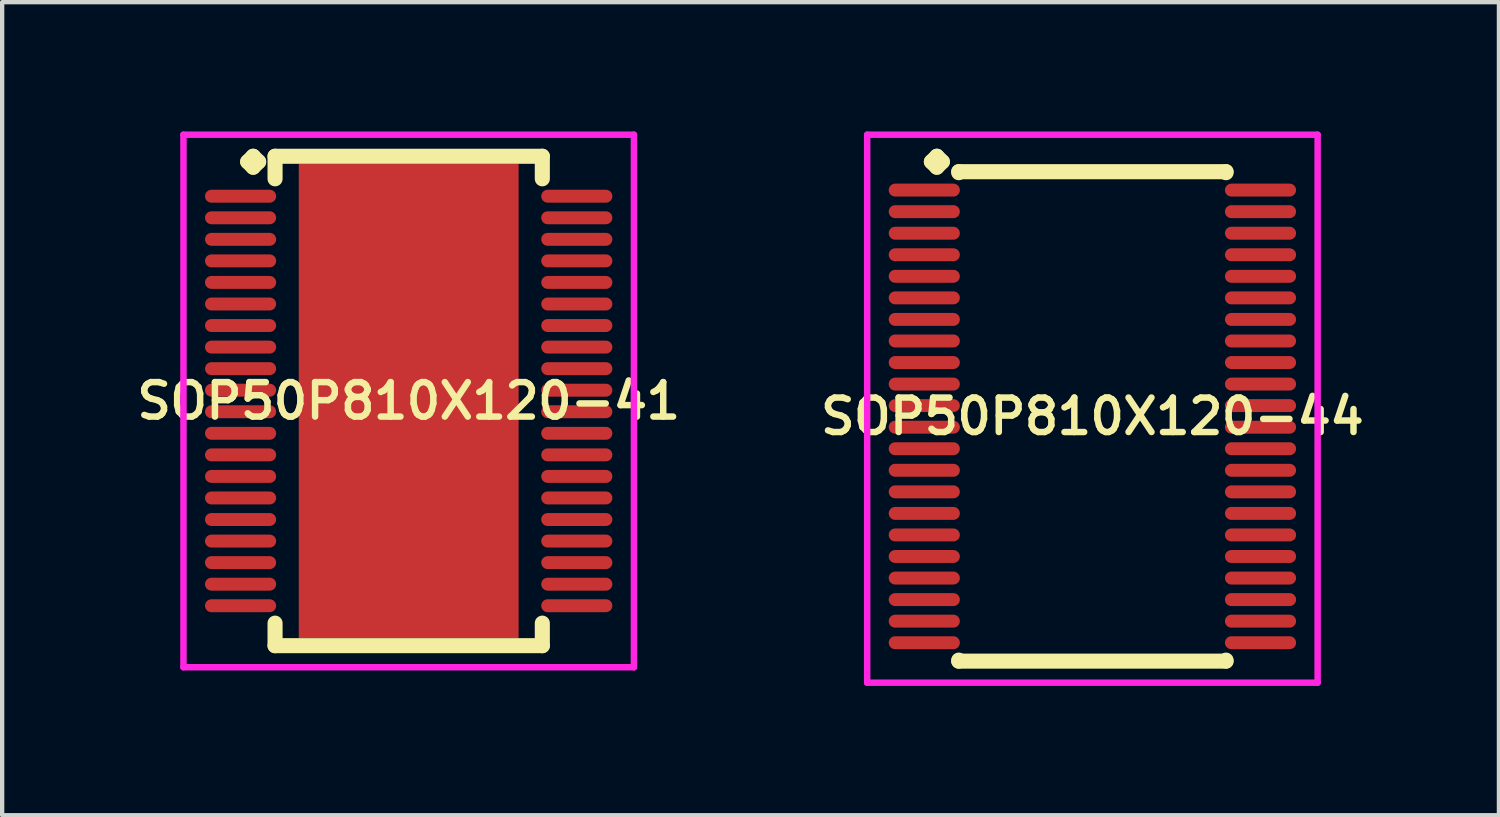
<source format=kicad_pcb>
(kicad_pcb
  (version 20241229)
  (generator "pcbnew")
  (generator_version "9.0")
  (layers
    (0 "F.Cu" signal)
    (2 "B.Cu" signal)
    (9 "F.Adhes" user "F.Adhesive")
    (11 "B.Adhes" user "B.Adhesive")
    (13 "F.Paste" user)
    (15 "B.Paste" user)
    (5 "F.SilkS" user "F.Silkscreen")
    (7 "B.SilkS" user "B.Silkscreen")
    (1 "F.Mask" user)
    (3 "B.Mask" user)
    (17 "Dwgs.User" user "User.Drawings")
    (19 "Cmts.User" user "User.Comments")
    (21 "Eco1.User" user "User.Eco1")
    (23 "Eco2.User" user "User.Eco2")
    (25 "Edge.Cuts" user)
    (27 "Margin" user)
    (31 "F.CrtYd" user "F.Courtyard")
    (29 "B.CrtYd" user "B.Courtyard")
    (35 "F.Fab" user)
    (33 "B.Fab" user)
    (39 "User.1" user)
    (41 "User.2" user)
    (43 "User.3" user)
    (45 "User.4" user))
  (footprint "SOP50P810X120-41"
    (layer "F.Cu")
    (at 6.431 6.252)
    (property "Reference" "SOP50P810X120-41" (at 0 0 0) (layer "F.SilkS") (effects (font (size 0.8 0.8) (thickness 0.15))))
    (attr through_hole)
    (fp_line (start -3.735 -5.55) (end -3.608 -5.677) (stroke (width 0.35) (type solid)) (layer "F.SilkS"))
    (fp_line (start -3.608 -5.677) (end -3.481 -5.55) (stroke (width 0.35) (type solid)) (layer "F.SilkS"))
    (fp_line (start -3.608 -5.423) (end -3.735 -5.55) (stroke (width 0.35) (type solid)) (layer "F.SilkS"))
    (fp_line (start -3.481 -5.55) (end -3.608 -5.423) (stroke (width 0.35) (type solid)) (layer "F.SilkS"))
    (fp_line (start -3.1 -5.677) (end 3.1 -5.677) (stroke (width 0.35) (type solid)) (layer "F.SilkS"))
    (fp_line (start -3.1 -5.154) (end -3.1 -5.677) (stroke (width 0.35) (type solid)) (layer "F.SilkS"))
    (fp_line (start -3.1 5.154) (end -3.1 5.677) (stroke (width 0.35) (type solid)) (layer "F.SilkS"))
    (fp_line (start -3.1 5.677) (end 3.1 5.677) (stroke (width 0.35) (type solid)) (layer "F.SilkS"))
    (fp_line (start 3.1 -5.677) (end 3.1 -5.154) (stroke (width 0.35) (type solid)) (layer "F.SilkS"))
    (fp_line (start 3.1 5.677) (end 3.1 5.154) (stroke (width 0.35) (type solid)) (layer "F.SilkS"))
    (fp_line (start -5.225 -6.177) (end 5.225 -6.177) (stroke (width 0.15) (type solid)) (layer "F.CrtYd"))
    (fp_line (start -5.225 6.177) (end -5.225 -6.177) (stroke (width 0.15) (type solid)) (layer "F.CrtYd"))
    (fp_line (start 5.225 -6.177) (end 5.225 6.177) (stroke (width 0.15) (type solid)) (layer "F.CrtYd"))
    (fp_line (start 5.225 6.177) (end -5.225 6.177) (stroke (width 0.15) (type solid)) (layer "F.CrtYd"))
    (pad "1" smd oval (at -3.9 -4.75) (size 1.65 0.3) (layers "F.Cu" "F.Mask" "F.Paste"))
    (pad "2" smd oval (at -3.9 -4.25) (size 1.65 0.3) (layers "F.Cu" "F.Mask" "F.Paste"))
    (pad "3" smd oval (at -3.9 -3.75) (size 1.65 0.3) (layers "F.Cu" "F.Mask" "F.Paste"))
    (pad "4" smd oval (at -3.9 -3.25) (size 1.65 0.3) (layers "F.Cu" "F.Mask" "F.Paste"))
    (pad "5" smd oval (at -3.9 -2.75) (size 1.65 0.3) (layers "F.Cu" "F.Mask" "F.Paste"))
    (pad "6" smd oval (at -3.9 -2.25) (size 1.65 0.3) (layers "F.Cu" "F.Mask" "F.Paste"))
    (pad "7" smd oval (at -3.9 -1.75) (size 1.65 0.3) (layers "F.Cu" "F.Mask" "F.Paste"))
    (pad "8" smd oval (at -3.9 -1.25) (size 1.65 0.3) (layers "F.Cu" "F.Mask" "F.Paste"))
    (pad "9" smd oval (at -3.9 -0.75) (size 1.65 0.3) (layers "F.Cu" "F.Mask" "F.Paste"))
    (pad "10" smd oval (at -3.9 -0.25) (size 1.65 0.3) (layers "F.Cu" "F.Mask" "F.Paste"))
    (pad "11" smd oval (at -3.9 0.25) (size 1.65 0.3) (layers "F.Cu" "F.Mask" "F.Paste"))
    (pad "12" smd oval (at -3.9 0.75) (size 1.65 0.3) (layers "F.Cu" "F.Mask" "F.Paste"))
    (pad "13" smd oval (at -3.9 1.25) (size 1.65 0.3) (layers "F.Cu" "F.Mask" "F.Paste"))
    (pad "14" smd oval (at -3.9 1.75) (size 1.65 0.3) (layers "F.Cu" "F.Mask" "F.Paste"))
    (pad "15" smd oval (at -3.9 2.25) (size 1.65 0.3) (layers "F.Cu" "F.Mask" "F.Paste"))
    (pad "16" smd oval (at -3.9 2.75) (size 1.65 0.3) (layers "F.Cu" "F.Mask" "F.Paste"))
    (pad "17" smd oval (at -3.9 3.25) (size 1.65 0.3) (layers "F.Cu" "F.Mask" "F.Paste"))
    (pad "18" smd oval (at -3.9 3.75) (size 1.65 0.3) (layers "F.Cu" "F.Mask" "F.Paste"))
    (pad "19" smd oval (at -3.9 4.25) (size 1.65 0.3) (layers "F.Cu" "F.Mask" "F.Paste"))
    (pad "20" smd oval (at -3.9 4.75) (size 1.65 0.3) (layers "F.Cu" "F.Mask" "F.Paste"))
    (pad "21" smd oval (at 3.9 4.75) (size 1.65 0.3) (layers "F.Cu" "F.Mask" "F.Paste"))
    (pad "22" smd oval (at 3.9 4.25) (size 1.65 0.3) (layers "F.Cu" "F.Mask" "F.Paste"))
    (pad "23" smd oval (at 3.9 3.75) (size 1.65 0.3) (layers "F.Cu" "F.Mask" "F.Paste"))
    (pad "24" smd oval (at 3.9 3.25) (size 1.65 0.3) (layers "F.Cu" "F.Mask" "F.Paste"))
    (pad "25" smd oval (at 3.9 2.75) (size 1.65 0.3) (layers "F.Cu" "F.Mask" "F.Paste"))
    (pad "26" smd oval (at 3.9 2.25) (size 1.65 0.3) (layers "F.Cu" "F.Mask" "F.Paste"))
    (pad "27" smd oval (at 3.9 1.75) (size 1.65 0.3) (layers "F.Cu" "F.Mask" "F.Paste"))
    (pad "28" smd oval (at 3.9 1.25) (size 1.65 0.3) (layers "F.Cu" "F.Mask" "F.Paste"))
    (pad "29" smd oval (at 3.9 0.75) (size 1.65 0.3) (layers "F.Cu" "F.Mask" "F.Paste"))
    (pad "30" smd oval (at 3.9 0.25) (size 1.65 0.3) (layers "F.Cu" "F.Mask" "F.Paste"))
    (pad "31" smd oval (at 3.9 -0.25) (size 1.65 0.3) (layers "F.Cu" "F.Mask" "F.Paste"))
    (pad "32" smd oval (at 3.9 -0.75) (size 1.65 0.3) (layers "F.Cu" "F.Mask" "F.Paste"))
    (pad "33" smd oval (at 3.9 -1.25) (size 1.65 0.3) (layers "F.Cu" "F.Mask" "F.Paste"))
    (pad "34" smd oval (at 3.9 -1.75) (size 1.65 0.3) (layers "F.Cu" "F.Mask" "F.Paste"))
    (pad "35" smd oval (at 3.9 -2.25) (size 1.65 0.3) (layers "F.Cu" "F.Mask" "F.Paste"))
    (pad "36" smd oval (at 3.9 -2.75) (size 1.65 0.3) (layers "F.Cu" "F.Mask" "F.Paste"))
    (pad "37" smd oval (at 3.9 -3.25) (size 1.65 0.3) (layers "F.Cu" "F.Mask" "F.Paste"))
    (pad "38" smd oval (at 3.9 -3.75) (size 1.65 0.3) (layers "F.Cu" "F.Mask" "F.Paste"))
    (pad "39" smd oval (at 3.9 -4.25) (size 1.65 0.3) (layers "F.Cu" "F.Mask" "F.Paste"))
    (pad "40" smd oval (at 3.9 -4.75) (size 1.65 0.3) (layers "F.Cu" "F.Mask" "F.Paste"))
    (pad "41" smd rect (at 0 0) (size 5.1 11) (layers "F.Cu" "F.Mask" "F.Paste")))
  (footprint "SOP50P810X120-44"
    (layer "F.Cu")
    (at 22.292 6.61)
    (property "Reference" "SOP50P810X120-44" (at 0 0 0) (layer "F.SilkS") (effects (font (size 0.8 0.8) (thickness 0.15))))
    (attr smd)
    (fp_line (start -3.735 -5.908) (end -3.608 -6.035) (stroke (width 0.35) (type solid)) (layer "F.SilkS"))
    (fp_line (start -3.608 -6.035) (end -3.481 -5.908) (stroke (width 0.35) (type solid)) (layer "F.SilkS"))
    (fp_line (start -3.608 -5.781) (end -3.735 -5.908) (stroke (width 0.35) (type solid)) (layer "F.SilkS"))
    (fp_line (start -3.481 -5.908) (end -3.608 -5.781) (stroke (width 0.35) (type solid)) (layer "F.SilkS"))
    (fp_line (start -3.1 -5.677) (end 3.1 -5.677) (stroke (width 0.35) (type solid)) (layer "F.SilkS"))
    (fp_line (start -3.1 -5.654) (end -3.1 -5.677) (stroke (width 0.35) (type solid)) (layer "F.SilkS"))
    (fp_line (start -3.1 5.654) (end -3.1 5.677) (stroke (width 0.35) (type solid)) (layer "F.SilkS"))
    (fp_line (start -3.1 5.677) (end 3.1 5.677) (stroke (width 0.35) (type solid)) (layer "F.SilkS"))
    (fp_line (start 3.1 -5.677) (end 3.1 -5.654) (stroke (width 0.35) (type solid)) (layer "F.SilkS"))
    (fp_line (start 3.1 5.677) (end 3.1 5.654) (stroke (width 0.35) (type solid)) (layer "F.SilkS"))
    (fp_line (start -5.225 -6.535) (end 5.225 -6.535) (stroke (width 0.15) (type solid)) (layer "F.CrtYd"))
    (fp_line (start -5.225 6.177) (end -5.225 -6.535) (stroke (width 0.15) (type solid)) (layer "F.CrtYd"))
    (fp_line (start 5.225 -6.535) (end 5.225 6.177) (stroke (width 0.15) (type solid)) (layer "F.CrtYd"))
    (fp_line (start 5.225 6.177) (end -5.225 6.177) (stroke (width 0.15) (type solid)) (layer "F.CrtYd"))
    (pad "1" smd oval (at -3.9 -5.25) (size 1.65 0.3) (layers "F.Cu" "F.Mask" "F.Paste"))
    (pad "2" smd oval (at -3.9 -4.75) (size 1.65 0.3) (layers "F.Cu" "F.Mask" "F.Paste"))
    (pad "3" smd oval (at -3.9 -4.25) (size 1.65 0.3) (layers "F.Cu" "F.Mask" "F.Paste"))
    (pad "4" smd oval (at -3.9 -3.75) (size 1.65 0.3) (layers "F.Cu" "F.Mask" "F.Paste"))
    (pad "5" smd oval (at -3.9 -3.25) (size 1.65 0.3) (layers "F.Cu" "F.Mask" "F.Paste"))
    (pad "6" smd oval (at -3.9 -2.75) (size 1.65 0.3) (layers "F.Cu" "F.Mask" "F.Paste"))
    (pad "7" smd oval (at -3.9 -2.25) (size 1.65 0.3) (layers "F.Cu" "F.Mask" "F.Paste"))
    (pad "8" smd oval (at -3.9 -1.75) (size 1.65 0.3) (layers "F.Cu" "F.Mask" "F.Paste"))
    (pad "9" smd oval (at -3.9 -1.25) (size 1.65 0.3) (layers "F.Cu" "F.Mask" "F.Paste"))
    (pad "10" smd oval (at -3.9 -0.75) (size 1.65 0.3) (layers "F.Cu" "F.Mask" "F.Paste"))
    (pad "11" smd oval (at -3.9 -0.25) (size 1.65 0.3) (layers "F.Cu" "F.Mask" "F.Paste"))
    (pad "12" smd oval (at -3.9 0.25) (size 1.65 0.3) (layers "F.Cu" "F.Mask" "F.Paste"))
    (pad "13" smd oval (at -3.9 0.75) (size 1.65 0.3) (layers "F.Cu" "F.Mask" "F.Paste"))
    (pad "14" smd oval (at -3.9 1.25) (size 1.65 0.3) (layers "F.Cu" "F.Mask" "F.Paste"))
    (pad "15" smd oval (at -3.9 1.75) (size 1.65 0.3) (layers "F.Cu" "F.Mask" "F.Paste"))
    (pad "16" smd oval (at -3.9 2.25) (size 1.65 0.3) (layers "F.Cu" "F.Mask" "F.Paste"))
    (pad "17" smd oval (at -3.9 2.75) (size 1.65 0.3) (layers "F.Cu" "F.Mask" "F.Paste"))
    (pad "18" smd oval (at -3.9 3.25) (size 1.65 0.3) (layers "F.Cu" "F.Mask" "F.Paste"))
    (pad "19" smd oval (at -3.9 3.75) (size 1.65 0.3) (layers "F.Cu" "F.Mask" "F.Paste"))
    (pad "20" smd oval (at -3.9 4.25) (size 1.65 0.3) (layers "F.Cu" "F.Mask" "F.Paste"))
    (pad "21" smd oval (at -3.9 4.75) (size 1.65 0.3) (layers "F.Cu" "F.Mask" "F.Paste"))
    (pad "22" smd oval (at -3.9 5.25) (size 1.65 0.3) (layers "F.Cu" "F.Mask" "F.Paste"))
    (pad "23" smd oval (at 3.9 5.25) (size 1.65 0.3) (layers "F.Cu" "F.Mask" "F.Paste"))
    (pad "24" smd oval (at 3.9 4.75) (size 1.65 0.3) (layers "F.Cu" "F.Mask" "F.Paste"))
    (pad "25" smd oval (at 3.9 4.25) (size 1.65 0.3) (layers "F.Cu" "F.Mask" "F.Paste"))
    (pad "26" smd oval (at 3.9 3.75) (size 1.65 0.3) (layers "F.Cu" "F.Mask" "F.Paste"))
    (pad "27" smd oval (at 3.9 3.25) (size 1.65 0.3) (layers "F.Cu" "F.Mask" "F.Paste"))
    (pad "28" smd oval (at 3.9 2.75) (size 1.65 0.3) (layers "F.Cu" "F.Mask" "F.Paste"))
    (pad "29" smd oval (at 3.9 2.25) (size 1.65 0.3) (layers "F.Cu" "F.Mask" "F.Paste"))
    (pad "30" smd oval (at 3.9 1.75) (size 1.65 0.3) (layers "F.Cu" "F.Mask" "F.Paste"))
    (pad "31" smd oval (at 3.9 1.25) (size 1.65 0.3) (layers "F.Cu" "F.Mask" "F.Paste"))
    (pad "32" smd oval (at 3.9 0.75) (size 1.65 0.3) (layers "F.Cu" "F.Mask" "F.Paste"))
    (pad "33" smd oval (at 3.9 0.25) (size 1.65 0.3) (layers "F.Cu" "F.Mask" "F.Paste"))
    (pad "34" smd oval (at 3.9 -0.25) (size 1.65 0.3) (layers "F.Cu" "F.Mask" "F.Paste"))
    (pad "35" smd oval (at 3.9 -0.75) (size 1.65 0.3) (layers "F.Cu" "F.Mask" "F.Paste"))
    (pad "36" smd oval (at 3.9 -1.25) (size 1.65 0.3) (layers "F.Cu" "F.Mask" "F.Paste"))
    (pad "37" smd oval (at 3.9 -1.75) (size 1.65 0.3) (layers "F.Cu" "F.Mask" "F.Paste"))
    (pad "38" smd oval (at 3.9 -2.25) (size 1.65 0.3) (layers "F.Cu" "F.Mask" "F.Paste"))
    (pad "39" smd oval (at 3.9 -2.75) (size 1.65 0.3) (layers "F.Cu" "F.Mask" "F.Paste"))
    (pad "40" smd oval (at 3.9 -3.25) (size 1.65 0.3) (layers "F.Cu" "F.Mask" "F.Paste"))
    (pad "41" smd oval (at 3.9 -3.75) (size 1.65 0.3) (layers "F.Cu" "F.Mask" "F.Paste"))
    (pad "42" smd oval (at 3.9 -4.25) (size 1.65 0.3) (layers "F.Cu" "F.Mask" "F.Paste"))
    (pad "43" smd oval (at 3.9 -4.75) (size 1.65 0.3) (layers "F.Cu" "F.Mask" "F.Paste"))
    (pad "44" smd oval (at 3.9 -5.25) (size 1.65 0.3) (layers "F.Cu" "F.Mask" "F.Paste")))
  (gr_rect
    (start -3 -3)
    (end 31.723 15.862)
    (stroke (width 0.1) (type default))
    (fill no)
    (layer "Edge.Cuts")))
</source>
